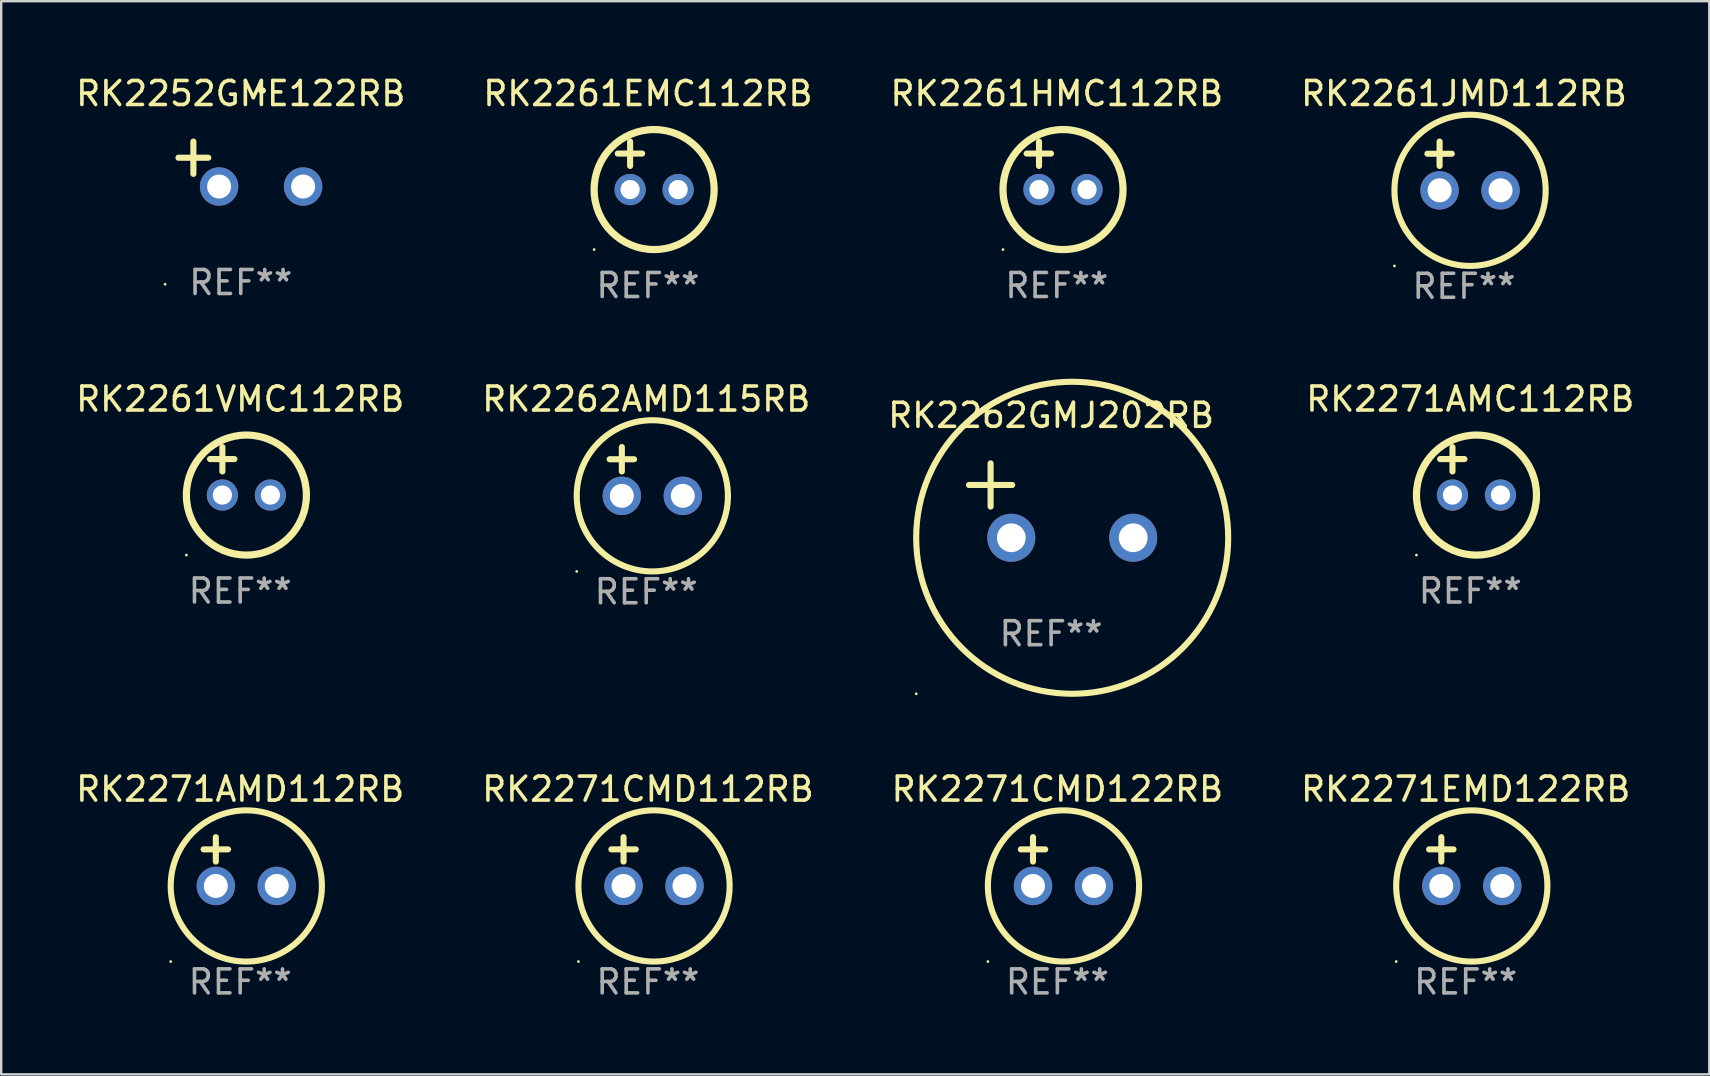
<source format=kicad_pcb>
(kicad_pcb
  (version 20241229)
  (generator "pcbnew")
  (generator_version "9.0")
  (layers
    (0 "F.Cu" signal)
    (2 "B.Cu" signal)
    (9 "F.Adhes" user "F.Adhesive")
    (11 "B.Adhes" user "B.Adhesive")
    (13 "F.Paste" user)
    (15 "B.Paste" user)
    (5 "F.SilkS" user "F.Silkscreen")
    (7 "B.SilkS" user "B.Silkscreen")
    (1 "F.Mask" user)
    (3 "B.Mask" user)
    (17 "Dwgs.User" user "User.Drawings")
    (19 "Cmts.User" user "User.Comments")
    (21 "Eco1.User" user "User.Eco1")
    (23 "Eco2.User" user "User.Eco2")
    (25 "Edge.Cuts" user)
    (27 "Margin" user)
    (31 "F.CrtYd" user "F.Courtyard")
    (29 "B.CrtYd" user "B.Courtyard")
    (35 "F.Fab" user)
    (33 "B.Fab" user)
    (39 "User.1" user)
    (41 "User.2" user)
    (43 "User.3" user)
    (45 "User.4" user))
  (footprint "RK2271CMD122RB"
    (layer "F.Cu")
    (at 41.006 32.847)
    (property "Reference" "RK2271CMD122RB" (at 0 -3.016 0) (layer "F.SilkS") (effects (font (size 1 1) (thickness 0.15))))
    (attr through_hole)
    (fp_line (start -1.524 -0.508) (end -0.508 -0.508) (stroke (width 0.254) (type solid)) (layer "F.SilkS"))
    (fp_line (start -1.016 -1.016) (end -1.016 0) (stroke (width 0.254) (type solid)) (layer "F.SilkS"))
    (fp_circle (center -2.896 4.166) (end -2.866 4.166) (stroke (width 0.06) (type solid)) (fill no) (layer "F.SilkS"))
    (fp_circle (center 0.254 1.016) (end 3.404 1.016) (stroke (width 0.254) (type solid)) (fill no) (layer "F.SilkS"))
    (fp_text user "REF**" (at 0 5.016 0) (layer "F.Fab") (effects (font (size 1 1) (thickness 0.15))))
    (pad "1" thru_hole circle (at -1.016 1.016) (size 1.6 1.6) (drill 1) (layers "*.Cu" "*.Mask"))
    (pad "2" thru_hole circle (at 1.524 1.016) (size 1.6 1.6) (drill 1) (layers "*.Cu" "*.Mask")))
  (footprint "RK2262GMJ202RB"
    (layer "F.Cu")
    (at 40.744 17.806)
    (property "Reference" "RK2262GMJ202RB" (at 0 -3.55 0) (layer "F.SilkS") (effects (font (size 1 1) (thickness 0.15))))
    (attr through_hole)
    (fp_line (start -3.421 -0.65) (end -1.621 -0.65) (stroke (width 0.254) (type solid)) (layer "F.SilkS"))
    (fp_line (start -2.521 -1.55) (end -2.521 0.25) (stroke (width 0.254) (type solid)) (layer "F.SilkS"))
    (fp_circle (center -5.619 8.05) (end -5.589 8.05) (stroke (width 0.06) (type solid)) (fill no) (layer "F.SilkS"))
    (fp_circle (center 0.879 1.55) (end 7.379 1.55) (stroke (width 0.254) (type solid)) (fill no) (layer "F.SilkS"))
    (fp_text user "REF**" (at 0 5.55 0) (layer "F.Fab") (effects (font (size 1 1) (thickness 0.15))))
    (pad "1" thru_hole circle (at -1.659 1.55) (size 2 2) (drill 1.2) (layers "*.Cu" "*.Mask"))
    (pad "2" thru_hole circle (at 3.421 1.55) (size 2 2) (drill 1.2) (layers "*.Cu" "*.Mask")))
  (footprint "RK2261EMC112RB"
    (layer "F.Cu")
    (at 23.946 3.848)
    (property "Reference" "RK2261EMC112RB" (at 0 -3 0) (layer "F.SilkS") (effects (font (size 1 1) (thickness 0.15))))
    (attr through_hole)
    (fp_line (start -1.258 -0.5) (end -0.242 -0.5) (stroke (width 0.254) (type solid)) (layer "F.SilkS"))
    (fp_line (start -0.742 -1) (end -0.742 0.016) (stroke (width 0.254) (type solid)) (layer "F.SilkS"))
    (fp_circle (center -2.242 3.5) (end -2.212 3.5) (stroke (width 0.06) (type solid)) (fill no) (layer "F.SilkS"))
    (fp_circle (center 0.258 1) (end 2.758 1) (stroke (width 0.3) (type solid)) (fill no) (layer "F.SilkS"))
    (fp_text user "REF**" (at 0 5 0) (layer "F.Fab") (effects (font (size 1 1) (thickness 0.15))))
    (pad "1" thru_hole circle (at -0.742 1) (size 1.3 1.3) (drill 0.8) (layers "*.Cu" "*.Mask"))
    (pad "2" thru_hole circle (at 1.258 1) (size 1.3 1.3) (drill 0.8) (layers "*.Cu" "*.Mask")))
  (footprint "RK2271EMD122RB"
    (layer "F.Cu")
    (at 58.018 32.847)
    (property "Reference" "RK2271EMD122RB" (at 0 -3.016 0) (layer "F.SilkS") (effects (font (size 1 1) (thickness 0.15))))
    (attr through_hole)
    (fp_line (start -1.524 -0.508) (end -0.508 -0.508) (stroke (width 0.254) (type solid)) (layer "F.SilkS"))
    (fp_line (start -1.016 -1.016) (end -1.016 0) (stroke (width 0.254) (type solid)) (layer "F.SilkS"))
    (fp_circle (center -2.896 4.166) (end -2.866 4.166) (stroke (width 0.06) (type solid)) (fill no) (layer "F.SilkS"))
    (fp_circle (center 0.254 1.016) (end 3.404 1.016) (stroke (width 0.254) (type solid)) (fill no) (layer "F.SilkS"))
    (fp_text user "REF**" (at 0 5.016 0) (layer "F.Fab") (effects (font (size 1 1) (thickness 0.15))))
    (pad "1" thru_hole circle (at -1.016 1.016) (size 1.6 1.6) (drill 1) (layers "*.Cu" "*.Mask"))
    (pad "2" thru_hole circle (at 1.524 1.016) (size 1.6 1.6) (drill 1) (layers "*.Cu" "*.Mask")))
  (footprint "RK2252GME122RB"
    (layer "F.Cu")
    (at 6.982 3.785)
    (property "Reference" "RK2252GME122RB" (at 0 -2.937 0) (layer "F.SilkS") (effects (font (size 1 1) (thickness 0.15))))
    (attr through_hole)
    (fp_line (start -1.975 0.41) (end -1.975 -0.937) (stroke (width 0.254) (type solid)) (layer "F.SilkS"))
    (fp_line (start -1.353 -0.263) (end -2.597 -0.263) (stroke (width 0.254) (type solid)) (layer "F.SilkS"))
    (fp_arc (start 0.849809 -3.063957) (mid 0.885369 -3.064114) (end 0.920929 -3.063957) (stroke (width 0.254001) (type solid)) (layer "F.SilkS"))
    (fp_circle (center -3.154 5.008) (end -3.124 5.008) (stroke (width 0.06) (type solid)) (fill no) (layer "F.SilkS"))
    (fp_text user "REF**" (at 0 4.937 0) (layer "F.Fab") (effects (font (size 1 1) (thickness 0.15))))
    (pad "1" thru_hole circle (at -0.903 0.937) (size 1.6 1.6) (drill 1) (layers "*.Cu" "*.Mask"))
    (pad "2" thru_hole circle (at 2.597 0.937) (size 1.6 1.6) (drill 1) (layers "*.Cu" "*.Mask")))
  (footprint "RK2261HMC112RB"
    (layer "F.Cu")
    (at 40.982 3.848)
    (property "Reference" "RK2261HMC112RB" (at 0 -3 0) (layer "F.SilkS") (effects (font (size 1 1) (thickness 0.15))))
    (attr through_hole)
    (fp_line (start -1.258 -0.5) (end -0.242 -0.5) (stroke (width 0.254) (type solid)) (layer "F.SilkS"))
    (fp_line (start -0.742 -1) (end -0.742 0.016) (stroke (width 0.254) (type solid)) (layer "F.SilkS"))
    (fp_circle (center -2.242 3.5) (end -2.212 3.5) (stroke (width 0.06) (type solid)) (fill no) (layer "F.SilkS"))
    (fp_circle (center 0.258 1) (end 2.758 1) (stroke (width 0.3) (type solid)) (fill no) (layer "F.SilkS"))
    (fp_text user "REF**" (at 0 5 0) (layer "F.Fab") (effects (font (size 1 1) (thickness 0.15))))
    (pad "1" thru_hole circle (at -0.742 1) (size 1.3 1.3) (drill 0.8) (layers "*.Cu" "*.Mask"))
    (pad "2" thru_hole circle (at 1.258 1) (size 1.3 1.3) (drill 0.8) (layers "*.Cu" "*.Mask")))
  (footprint "RK2261VMC112RB"
    (layer "F.Cu")
    (at 6.958 16.577)
    (property "Reference" "RK2261VMC112RB" (at 0 -3 0) (layer "F.SilkS") (effects (font (size 1 1) (thickness 0.15))))
    (attr through_hole)
    (fp_line (start -1.258 -0.5) (end -0.242 -0.5) (stroke (width 0.254) (type solid)) (layer "F.SilkS"))
    (fp_line (start -0.742 -1) (end -0.742 0.016) (stroke (width 0.254) (type solid)) (layer "F.SilkS"))
    (fp_circle (center -2.242 3.5) (end -2.212 3.5) (stroke (width 0.06) (type solid)) (fill no) (layer "F.SilkS"))
    (fp_circle (center 0.258 1) (end 2.758 1) (stroke (width 0.3) (type solid)) (fill no) (layer "F.SilkS"))
    (fp_text user "REF**" (at 0 5 0) (layer "F.Fab") (effects (font (size 1 1) (thickness 0.15))))
    (pad "1" thru_hole circle (at -0.742 1) (size 1.3 1.3) (drill 0.8) (layers "*.Cu" "*.Mask"))
    (pad "2" thru_hole circle (at 1.258 1) (size 1.3 1.3) (drill 0.8) (layers "*.Cu" "*.Mask")))
  (footprint "RK2262AMD115RB"
    (layer "F.Cu")
    (at 23.875 16.593)
    (property "Reference" "RK2262AMD115RB" (at 0 -3.016 0) (layer "F.SilkS") (effects (font (size 1 1) (thickness 0.15))))
    (attr through_hole)
    (fp_line (start -1.524 -0.508) (end -0.508 -0.508) (stroke (width 0.254) (type solid)) (layer "F.SilkS"))
    (fp_line (start -1.016 -1.016) (end -1.016 0) (stroke (width 0.254) (type solid)) (layer "F.SilkS"))
    (fp_circle (center -2.896 4.166) (end -2.866 4.166) (stroke (width 0.06) (type solid)) (fill no) (layer "F.SilkS"))
    (fp_circle (center 0.254 1.016) (end 3.404 1.016) (stroke (width 0.254) (type solid)) (fill no) (layer "F.SilkS"))
    (fp_text user "REF**" (at 0 5.016 0) (layer "F.Fab") (effects (font (size 1 1) (thickness 0.15))))
    (pad "1" thru_hole circle (at -1.016 1.016) (size 1.6 1.6) (drill 1) (layers "*.Cu" "*.Mask"))
    (pad "2" thru_hole circle (at 1.524 1.016) (size 1.6 1.6) (drill 1) (layers "*.Cu" "*.Mask")))
  (footprint "RK2271CMD112RB"
    (layer "F.Cu")
    (at 23.946 32.847)
    (property "Reference" "RK2271CMD112RB" (at 0 -3.016 0) (layer "F.SilkS") (effects (font (size 1 1) (thickness 0.15))))
    (attr through_hole)
    (fp_line (start -1.524 -0.508) (end -0.508 -0.508) (stroke (width 0.254) (type solid)) (layer "F.SilkS"))
    (fp_line (start -1.016 -1.016) (end -1.016 0) (stroke (width 0.254) (type solid)) (layer "F.SilkS"))
    (fp_circle (center -2.896 4.166) (end -2.866 4.166) (stroke (width 0.06) (type solid)) (fill no) (layer "F.SilkS"))
    (fp_circle (center 0.254 1.016) (end 3.404 1.016) (stroke (width 0.254) (type solid)) (fill no) (layer "F.SilkS"))
    (fp_text user "REF**" (at 0 5.016 0) (layer "F.Fab") (effects (font (size 1 1) (thickness 0.15))))
    (pad "1" thru_hole circle (at -1.016 1.016) (size 1.6 1.6) (drill 1) (layers "*.Cu" "*.Mask"))
    (pad "2" thru_hole circle (at 1.524 1.016) (size 1.6 1.6) (drill 1) (layers "*.Cu" "*.Mask")))
  (footprint "RK2271AMD112RB"
    (layer "F.Cu")
    (at 6.958 32.847)
    (property "Reference" "RK2271AMD112RB" (at 0 -3.016 0) (layer "F.SilkS") (effects (font (size 1 1) (thickness 0.15))))
    (attr through_hole)
    (fp_line (start -1.524 -0.508) (end -0.508 -0.508) (stroke (width 0.254) (type solid)) (layer "F.SilkS"))
    (fp_line (start -1.016 -1.016) (end -1.016 0) (stroke (width 0.254) (type solid)) (layer "F.SilkS"))
    (fp_circle (center -2.896 4.166) (end -2.866 4.166) (stroke (width 0.06) (type solid)) (fill no) (layer "F.SilkS"))
    (fp_circle (center 0.254 1.016) (end 3.404 1.016) (stroke (width 0.254) (type solid)) (fill no) (layer "F.SilkS"))
    (fp_text user "REF**" (at 0 5.016 0) (layer "F.Fab") (effects (font (size 1 1) (thickness 0.15))))
    (pad "1" thru_hole circle (at -1.016 1.016) (size 1.6 1.6) (drill 1) (layers "*.Cu" "*.Mask"))
    (pad "2" thru_hole circle (at 1.524 1.016) (size 1.6 1.6) (drill 1) (layers "*.Cu" "*.Mask")))
  (footprint "RK2271AMC112RB"
    (layer "F.Cu")
    (at 58.209 16.577)
    (property "Reference" "RK2271AMC112RB" (at 0 -3 0) (layer "F.SilkS") (effects (font (size 1 1) (thickness 0.15))))
    (attr through_hole)
    (fp_line (start -1.258 -0.5) (end -0.242 -0.5) (stroke (width 0.254) (type solid)) (layer "F.SilkS"))
    (fp_line (start -0.742 -1) (end -0.742 0.016) (stroke (width 0.254) (type solid)) (layer "F.SilkS"))
    (fp_circle (center -2.242 3.5) (end -2.212 3.5) (stroke (width 0.06) (type solid)) (fill no) (layer "F.SilkS"))
    (fp_circle (center 0.258 1) (end 2.758 1) (stroke (width 0.3) (type solid)) (fill no) (layer "F.SilkS"))
    (fp_text user "REF**" (at 0 5 0) (layer "F.Fab") (effects (font (size 1 1) (thickness 0.15))))
    (pad "1" thru_hole circle (at -0.742 1) (size 1.3 1.3) (drill 0.8) (layers "*.Cu" "*.Mask"))
    (pad "2" thru_hole circle (at 1.258 1) (size 1.3 1.3) (drill 0.8) (layers "*.Cu" "*.Mask")))
  (footprint "RK2261JMD112RB"
    (layer "F.Cu")
    (at 57.946 3.864)
    (property "Reference" "RK2261JMD112RB" (at 0 -3.016 0) (layer "F.SilkS") (effects (font (size 1 1) (thickness 0.15))))
    (attr through_hole)
    (fp_line (start -1.524 -0.508) (end -0.508 -0.508) (stroke (width 0.254) (type solid)) (layer "F.SilkS"))
    (fp_line (start -1.016 -1.016) (end -1.016 0) (stroke (width 0.254) (type solid)) (layer "F.SilkS"))
    (fp_circle (center -2.896 4.166) (end -2.866 4.166) (stroke (width 0.06) (type solid)) (fill no) (layer "F.SilkS"))
    (fp_circle (center 0.254 1.016) (end 3.404 1.016) (stroke (width 0.254) (type solid)) (fill no) (layer "F.SilkS"))
    (fp_text user "REF**" (at 0 5.016 0) (layer "F.Fab") (effects (font (size 1 1) (thickness 0.15))))
    (pad "1" thru_hole circle (at -1.016 1.016) (size 1.6 1.6) (drill 1) (layers "*.Cu" "*.Mask"))
    (pad "2" thru_hole circle (at 1.524 1.016) (size 1.6 1.6) (drill 1) (layers "*.Cu" "*.Mask")))
  (gr_rect
    (start -3 -3)
    (end 68.167 41.711)
    (stroke (width 0.1) (type default))
    (fill no)
    (layer "Edge.Cuts")))
</source>
